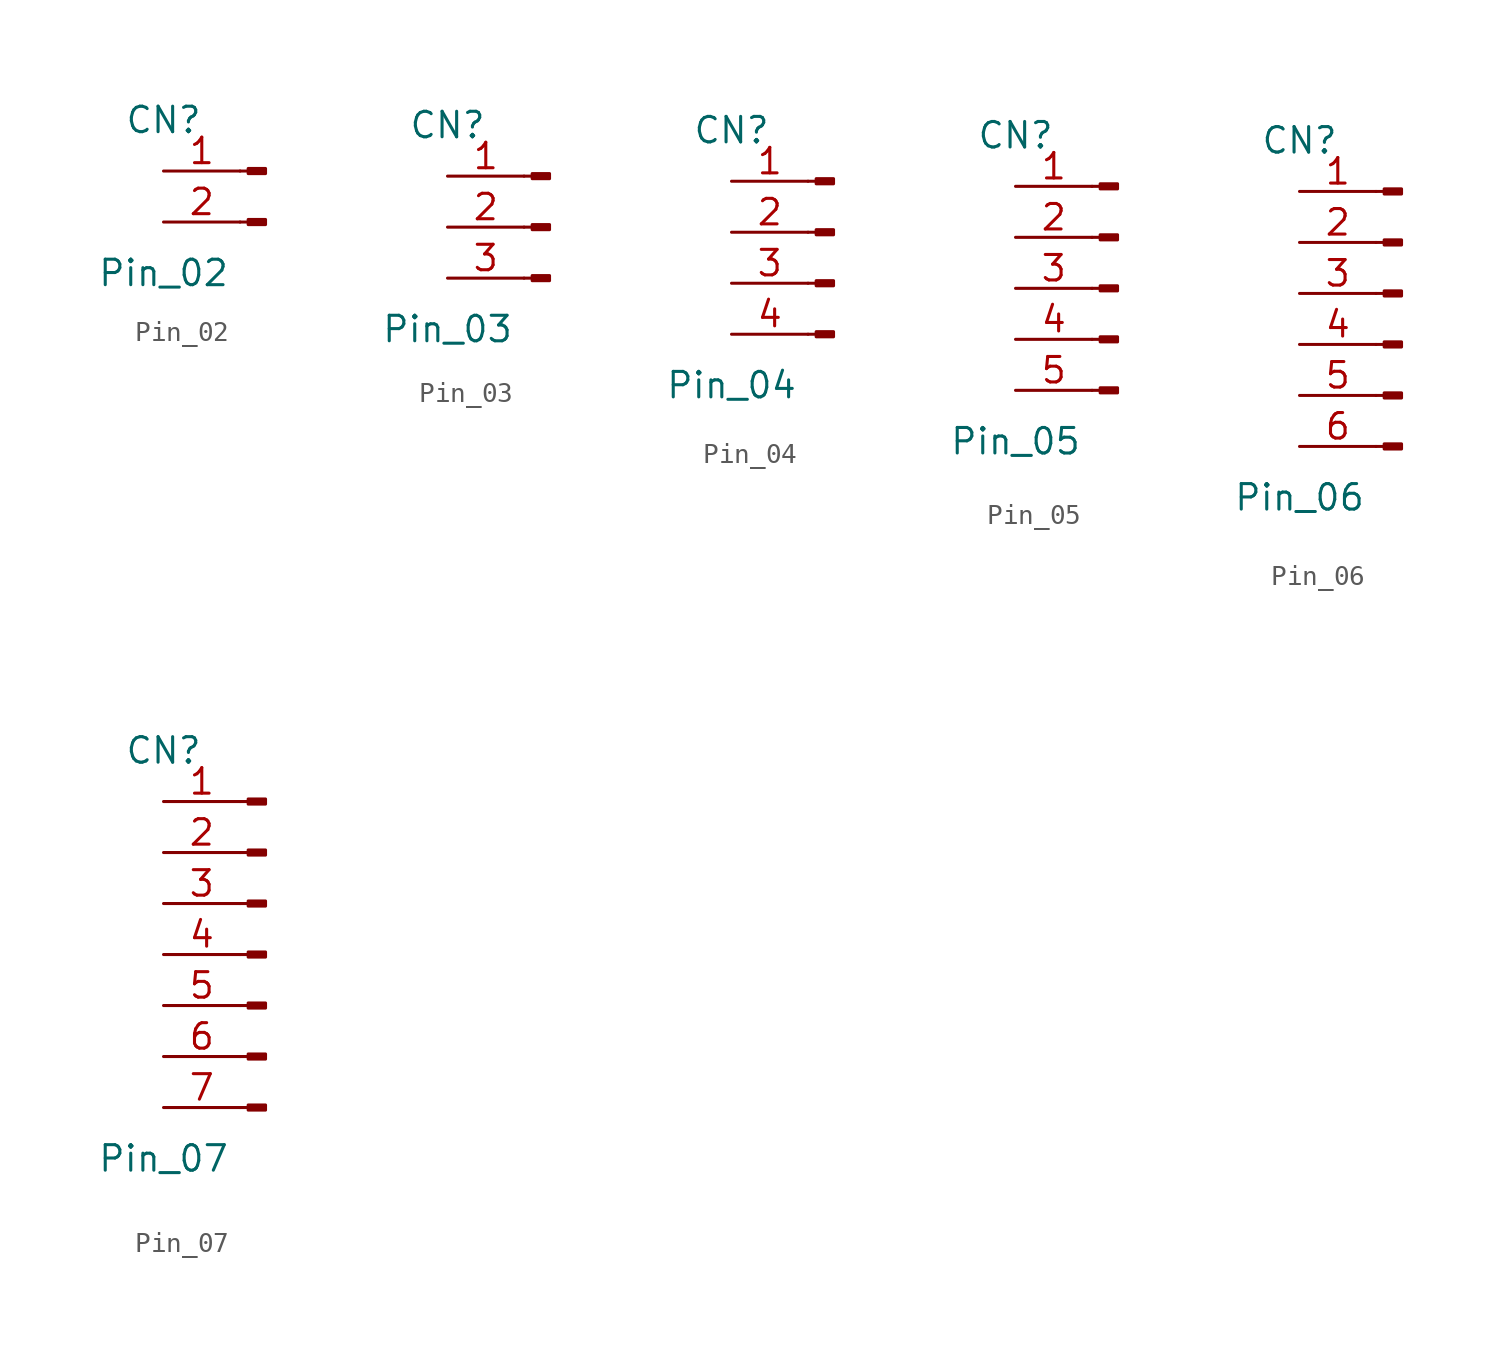
<source format=kicad_sym>
(kicad_symbol_lib
  (version 20220914)
  (generator kicad_symbol_editor)
  (symbol "Pin_02"
    (pin_names hide)
    (property "Reference" "CN"
      (at 0 2.54 0)
      (effects (font (size 1.27 1.27))))
    (property "Value" "Pin_02"
      (at 0 -5.08 0)
      (effects (font (size 1.27 1.27))))
    (symbol "Pin_02_1_1"
      (polyline (pts (xy 3.81 -2.54) (xy 4.216 -2.54)) (stroke (width 0.152) (type default)) (fill (type none)))
      (polyline (pts (xy 3.81 0) (xy 4.216 0)) (stroke (width 0.152) (type default)) (fill (type none)))
      (rectangle (start 5.08 -2.667) (end 4.216 -2.413) (stroke (width 0.152) (type default)) (fill (type outline)))
      (rectangle (start 5.08 -0.127) (end 4.216 0.127) (stroke (width 0.152) (type default)) (fill (type outline)))
      (pin passive line (at 0 0 0) (length 3.81) (name "Pin_1" (effects (font (size 1.27 1.27)))) (number "1" (effects (font (size 1.27 1.27)))))
      (pin passive line (at 0 -2.54 0) (length 3.81) (name "Pin_2" (effects (font (size 1.27 1.27)))) (number "2" (effects (font (size 1.27 1.27)))))))
  (symbol "Pin_03"
    (pin_names hide)
    (property "Reference" "CN"
      (at 0 2.54 0)
      (effects (font (size 1.27 1.27))))
    (property "Value" "Pin_03"
      (at 0 -7.62 0)
      (effects (font (size 1.27 1.27))))
    (symbol "Pin_03_1_1"
      (polyline (pts (xy 3.81 -5.08) (xy 4.216 -5.08)) (stroke (width 0.152) (type default)) (fill (type none)))
      (polyline (pts (xy 3.81 -2.54) (xy 4.216 -2.54)) (stroke (width 0.152) (type default)) (fill (type none)))
      (polyline (pts (xy 3.81 0) (xy 4.216 0)) (stroke (width 0.152) (type default)) (fill (type none)))
      (rectangle (start 5.08 -5.207) (end 4.216 -4.953) (stroke (width 0.152) (type default)) (fill (type outline)))
      (rectangle (start 5.08 -2.667) (end 4.216 -2.413) (stroke (width 0.152) (type default)) (fill (type outline)))
      (rectangle (start 5.08 -0.127) (end 4.216 0.127) (stroke (width 0.152) (type default)) (fill (type outline)))
      (pin passive line (at 0 0 0) (length 3.81) (name "Pin_1" (effects (font (size 1.27 1.27)))) (number "1" (effects (font (size 1.27 1.27)))))
      (pin passive line (at 0 -2.54 0) (length 3.81) (name "Pin_2" (effects (font (size 1.27 1.27)))) (number "2" (effects (font (size 1.27 1.27)))))
      (pin passive line (at 0 -5.08 0) (length 3.81) (name "Pin_2" (effects (font (size 1.27 1.27)))) (number "3" (effects (font (size 1.27 1.27)))))))
  (symbol "Pin_04"
    (pin_names hide)
    (property "Reference" "CN"
      (at 0 2.54 0)
      (effects (font (size 1.27 1.27))))
    (property "Value" "Pin_04"
      (at 0 -10.16 0)
      (effects (font (size 1.27 1.27))))
    (symbol "Pin_04_1_1"
      (polyline (pts (xy 3.81 -7.62) (xy 4.216 -7.62)) (stroke (width 0.152) (type default)) (fill (type none)))
      (polyline (pts (xy 3.81 -5.08) (xy 4.216 -5.08)) (stroke (width 0.152) (type default)) (fill (type none)))
      (polyline (pts (xy 3.81 -2.54) (xy 4.216 -2.54)) (stroke (width 0.152) (type default)) (fill (type none)))
      (polyline (pts (xy 3.81 0) (xy 4.216 0)) (stroke (width 0.152) (type default)) (fill (type none)))
      (rectangle (start 5.08 -7.747) (end 4.216 -7.493) (stroke (width 0.152) (type default)) (fill (type outline)))
      (rectangle (start 5.08 -5.207) (end 4.216 -4.953) (stroke (width 0.152) (type default)) (fill (type outline)))
      (rectangle (start 5.08 -2.667) (end 4.216 -2.413) (stroke (width 0.152) (type default)) (fill (type outline)))
      (rectangle (start 5.08 -0.127) (end 4.216 0.127) (stroke (width 0.152) (type default)) (fill (type outline)))
      (pin passive line (at 0 0 0) (length 3.81) (name "Pin_1" (effects (font (size 1.27 1.27)))) (number "1" (effects (font (size 1.27 1.27)))))
      (pin passive line (at 0 -2.54 0) (length 3.81) (name "Pin_2" (effects (font (size 1.27 1.27)))) (number "2" (effects (font (size 1.27 1.27)))))
      (pin passive line (at 0 -5.08 0) (length 3.81) (name "Pin_2" (effects (font (size 1.27 1.27)))) (number "3" (effects (font (size 1.27 1.27)))))
      (pin passive line (at 0 -7.62 0) (length 3.81) (name "Pin_2" (effects (font (size 1.27 1.27)))) (number "4" (effects (font (size 1.27 1.27)))))))
  (symbol "Pin_05"
    (pin_names hide)
    (property "Reference" "CN"
      (at 0 2.54 0)
      (effects (font (size 1.27 1.27))))
    (property "Value" "Pin_05"
      (at 0 -12.7 0)
      (effects (font (size 1.27 1.27))))
    (symbol "Pin_05_1_1"
      (polyline (pts (xy 3.81 -10.16) (xy 4.216 -10.16)) (stroke (width 0.152) (type default)) (fill (type none)))
      (polyline (pts (xy 3.81 -7.62) (xy 4.216 -7.62)) (stroke (width 0.152) (type default)) (fill (type none)))
      (polyline (pts (xy 3.81 -5.08) (xy 4.216 -5.08)) (stroke (width 0.152) (type default)) (fill (type none)))
      (polyline (pts (xy 3.81 -2.54) (xy 4.216 -2.54)) (stroke (width 0.152) (type default)) (fill (type none)))
      (polyline (pts (xy 3.81 0) (xy 4.216 0)) (stroke (width 0.152) (type default)) (fill (type none)))
      (rectangle (start 5.08 -10.287) (end 4.216 -10.033) (stroke (width 0.152) (type default)) (fill (type outline)))
      (rectangle (start 5.08 -7.747) (end 4.216 -7.493) (stroke (width 0.152) (type default)) (fill (type outline)))
      (rectangle (start 5.08 -5.207) (end 4.216 -4.953) (stroke (width 0.152) (type default)) (fill (type outline)))
      (rectangle (start 5.08 -2.667) (end 4.216 -2.413) (stroke (width 0.152) (type default)) (fill (type outline)))
      (rectangle (start 5.08 -0.127) (end 4.216 0.127) (stroke (width 0.152) (type default)) (fill (type outline)))
      (pin passive line (at 0 0 0) (length 3.81) (name "Pin_1" (effects (font (size 1.27 1.27)))) (number "1" (effects (font (size 1.27 1.27)))))
      (pin passive line (at 0 -2.54 0) (length 3.81) (name "Pin_2" (effects (font (size 1.27 1.27)))) (number "2" (effects (font (size 1.27 1.27)))))
      (pin passive line (at 0 -5.08 0) (length 3.81) (name "Pin_2" (effects (font (size 1.27 1.27)))) (number "3" (effects (font (size 1.27 1.27)))))
      (pin passive line (at 0 -7.62 0) (length 3.81) (name "Pin_2" (effects (font (size 1.27 1.27)))) (number "4" (effects (font (size 1.27 1.27)))))
      (pin passive line (at 0 -10.16 0) (length 3.81) (name "Pin_2" (effects (font (size 1.27 1.27)))) (number "5" (effects (font (size 1.27 1.27)))))))
  (symbol "Pin_06"
    (pin_names hide)
    (property "Reference" "CN"
      (at 0 2.54 0)
      (effects (font (size 1.27 1.27))))
    (property "Value" "Pin_06"
      (at 0 -15.24 0)
      (effects (font (size 1.27 1.27))))
    (symbol "Pin_06_1_1"
      (polyline (pts (xy 3.81 -12.7) (xy 4.216 -12.7)) (stroke (width 0.152) (type default)) (fill (type none)))
      (polyline (pts (xy 3.81 -10.16) (xy 4.216 -10.16)) (stroke (width 0.152) (type default)) (fill (type none)))
      (polyline (pts (xy 3.81 -7.62) (xy 4.216 -7.62)) (stroke (width 0.152) (type default)) (fill (type none)))
      (polyline (pts (xy 3.81 -5.08) (xy 4.216 -5.08)) (stroke (width 0.152) (type default)) (fill (type none)))
      (polyline (pts (xy 3.81 -2.54) (xy 4.216 -2.54)) (stroke (width 0.152) (type default)) (fill (type none)))
      (polyline (pts (xy 3.81 0) (xy 4.216 0)) (stroke (width 0.152) (type default)) (fill (type none)))
      (rectangle (start 5.08 -12.827) (end 4.216 -12.573) (stroke (width 0.152) (type default)) (fill (type outline)))
      (rectangle (start 5.08 -10.287) (end 4.216 -10.033) (stroke (width 0.152) (type default)) (fill (type outline)))
      (rectangle (start 5.08 -7.747) (end 4.216 -7.493) (stroke (width 0.152) (type default)) (fill (type outline)))
      (rectangle (start 5.08 -5.207) (end 4.216 -4.953) (stroke (width 0.152) (type default)) (fill (type outline)))
      (rectangle (start 5.08 -2.667) (end 4.216 -2.413) (stroke (width 0.152) (type default)) (fill (type outline)))
      (rectangle (start 5.08 -0.127) (end 4.216 0.127) (stroke (width 0.152) (type default)) (fill (type outline)))
      (pin passive line (at 0 0 0) (length 3.81) (name "Pin_1" (effects (font (size 1.27 1.27)))) (number "1" (effects (font (size 1.27 1.27)))))
      (pin passive line (at 0 -2.54 0) (length 3.81) (name "Pin_2" (effects (font (size 1.27 1.27)))) (number "2" (effects (font (size 1.27 1.27)))))
      (pin passive line (at 0 -5.08 0) (length 3.81) (name "Pin_2" (effects (font (size 1.27 1.27)))) (number "3" (effects (font (size 1.27 1.27)))))
      (pin passive line (at 0 -7.62 0) (length 3.81) (name "Pin_2" (effects (font (size 1.27 1.27)))) (number "4" (effects (font (size 1.27 1.27)))))
      (pin passive line (at 0 -10.16 0) (length 3.81) (name "Pin_2" (effects (font (size 1.27 1.27)))) (number "5" (effects (font (size 1.27 1.27)))))
      (pin passive line (at 0 -12.7 0) (length 3.81) (name "Pin_2" (effects (font (size 1.27 1.27)))) (number "6" (effects (font (size 1.27 1.27)))))))
  (symbol "Pin_07"
    (pin_names hide)
    (property "Reference" "CN"
      (at 0 2.54 0)
      (effects (font (size 1.27 1.27))))
    (property "Value" "Pin_07"
      (at 0 -17.78 0)
      (effects (font (size 1.27 1.27))))
    (symbol "Pin_07_1_1"
      (polyline (pts (xy 3.81 -15.24) (xy 4.216 -15.24)) (stroke (width 0.152) (type default)) (fill (type none)))
      (polyline (pts (xy 3.81 -12.7) (xy 4.216 -12.7)) (stroke (width 0.152) (type default)) (fill (type none)))
      (polyline (pts (xy 3.81 -10.16) (xy 4.216 -10.16)) (stroke (width 0.152) (type default)) (fill (type none)))
      (polyline (pts (xy 3.81 -7.62) (xy 4.216 -7.62)) (stroke (width 0.152) (type default)) (fill (type none)))
      (polyline (pts (xy 3.81 -5.08) (xy 4.216 -5.08)) (stroke (width 0.152) (type default)) (fill (type none)))
      (polyline (pts (xy 3.81 -2.54) (xy 4.216 -2.54)) (stroke (width 0.152) (type default)) (fill (type none)))
      (polyline (pts (xy 3.81 0) (xy 4.216 0)) (stroke (width 0.152) (type default)) (fill (type none)))
      (rectangle (start 5.08 -15.367) (end 4.216 -15.113) (stroke (width 0.152) (type default)) (fill (type outline)))
      (rectangle (start 5.08 -12.827) (end 4.216 -12.573) (stroke (width 0.152) (type default)) (fill (type outline)))
      (rectangle (start 5.08 -10.287) (end 4.216 -10.033) (stroke (width 0.152) (type default)) (fill (type outline)))
      (rectangle (start 5.08 -7.747) (end 4.216 -7.493) (stroke (width 0.152) (type default)) (fill (type outline)))
      (rectangle (start 5.08 -5.207) (end 4.216 -4.953) (stroke (width 0.152) (type default)) (fill (type outline)))
      (rectangle (start 5.08 -2.667) (end 4.216 -2.413) (stroke (width 0.152) (type default)) (fill (type outline)))
      (rectangle (start 5.08 -0.127) (end 4.216 0.127) (stroke (width 0.152) (type default)) (fill (type outline)))
      (pin passive line (at 0 0 0) (length 3.81) (name "Pin_1" (effects (font (size 1.27 1.27)))) (number "1" (effects (font (size 1.27 1.27)))))
      (pin passive line (at 0 -2.54 0) (length 3.81) (name "Pin_2" (effects (font (size 1.27 1.27)))) (number "2" (effects (font (size 1.27 1.27)))))
      (pin passive line (at 0 -5.08 0) (length 3.81) (name "Pin_2" (effects (font (size 1.27 1.27)))) (number "3" (effects (font (size 1.27 1.27)))))
      (pin passive line (at 0 -7.62 0) (length 3.81) (name "Pin_2" (effects (font (size 1.27 1.27)))) (number "4" (effects (font (size 1.27 1.27)))))
      (pin passive line (at 0 -10.16 0) (length 3.81) (name "Pin_2" (effects (font (size 1.27 1.27)))) (number "5" (effects (font (size 1.27 1.27)))))
      (pin passive line (at 0 -12.7 0) (length 3.81) (name "Pin_2" (effects (font (size 1.27 1.27)))) (number "6" (effects (font (size 1.27 1.27)))))
      (pin passive line (at 0 -15.24 0) (length 3.81) (name "Pin_2" (effects (font (size 1.27 1.27)))) (number "7" (effects (font (size 1.27 1.27))))))))
</source>
